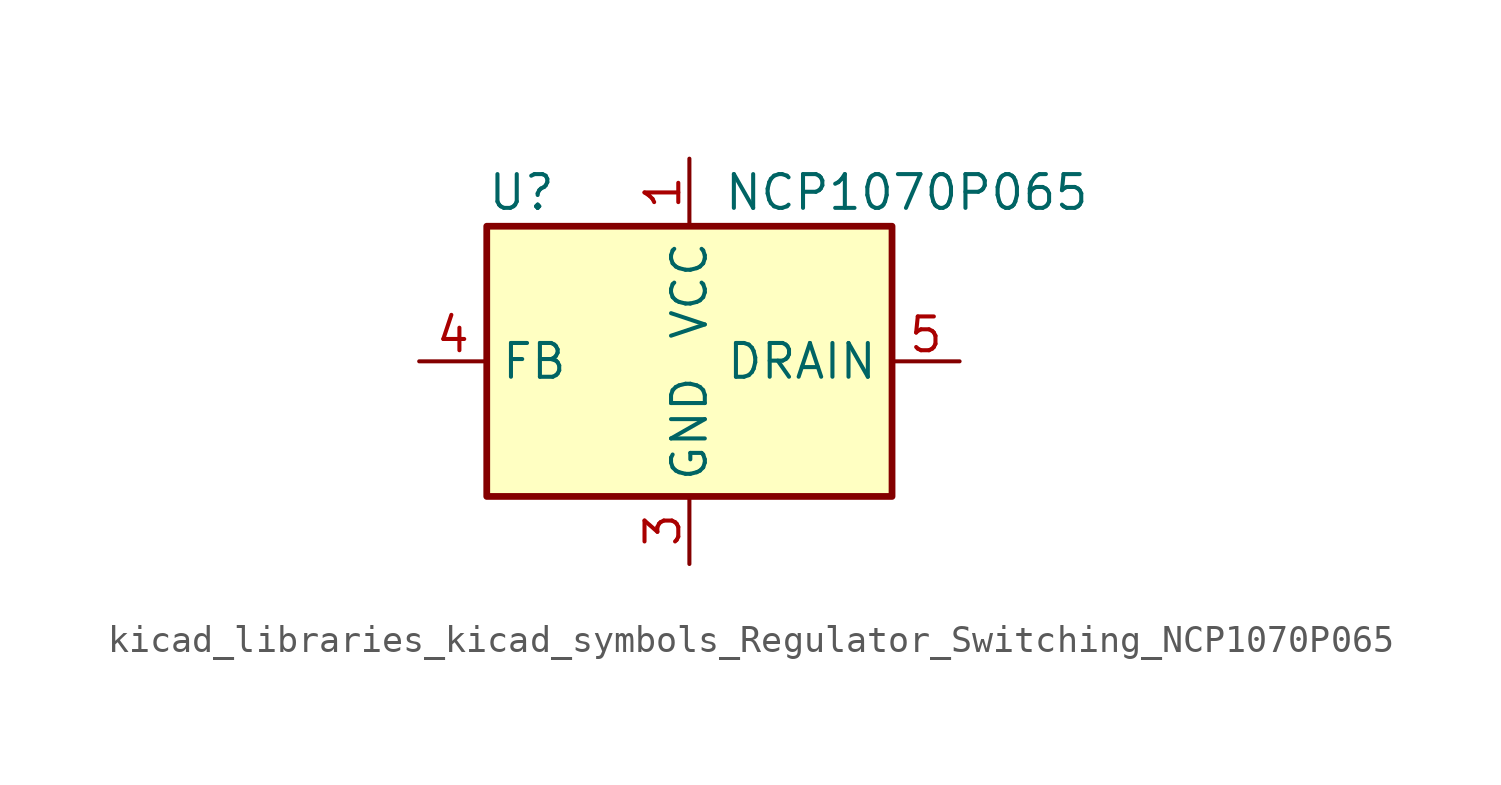
<source format=kicad_sym>
(kicad_symbol_lib
  (version 20220914)
  (generator kicad_symbol_editor)
  (symbol "kicad_libraries_kicad_symbols_Regulator_Switching_NCP1070P065"
    (property "Reference" "U"
      (at -7.62 6.35 0)
      (effects (font (size 1.27 1.27)) (justify left)))
    (property "Value" "NCP1070P065"
      (at 1.27 6.35 0)
      (effects (font (size 1.27 1.27)) (justify left)))
    (symbol "kicad_libraries_kicad_symbols_Regulator_Switching_NCP1070P065_0_1"
      (rectangle (start -7.62 5.08) (end 7.62 -5.08) (stroke (width 0.254) (type default)) (fill (type background))))
    (symbol "kicad_libraries_kicad_symbols_Regulator_Switching_NCP1070P065_1_1"
      (pin power_in line (at 0 7.62 270) (length 2.54) (name "VCC" (effects (font (size 1.27 1.27)))) (number "1" (effects (font (size 1.27 1.27)))))
      (pin no_connect line (at -7.62 2.54 0) (length 2.54) hide (name "NC" (effects (font (size 1.27 1.27)))) (number "2" (effects (font (size 1.27 1.27)))))
      (pin power_in line (at 0 -7.62 90) (length 2.54) (name "GND" (effects (font (size 1.27 1.27)))) (number "3" (effects (font (size 1.27 1.27)))))
      (pin input line (at -10.16 0 0) (length 2.54) (name "FB" (effects (font (size 1.27 1.27)))) (number "4" (effects (font (size 1.27 1.27)))))
      (pin open_collector line (at 10.16 0 180) (length 2.54) (name "DRAIN" (effects (font (size 1.27 1.27)))) (number "5" (effects (font (size 1.27 1.27)))))
      (pin passive line (at 0 -7.62 90) (length 2.54) hide (name "GND" (effects (font (size 1.27 1.27)))) (number "7" (effects (font (size 1.27 1.27)))))
      (pin passive line (at 0 -7.62 90) (length 2.54) hide (name "GND" (effects (font (size 1.27 1.27)))) (number "8" (effects (font (size 1.27 1.27))))))))
</source>
